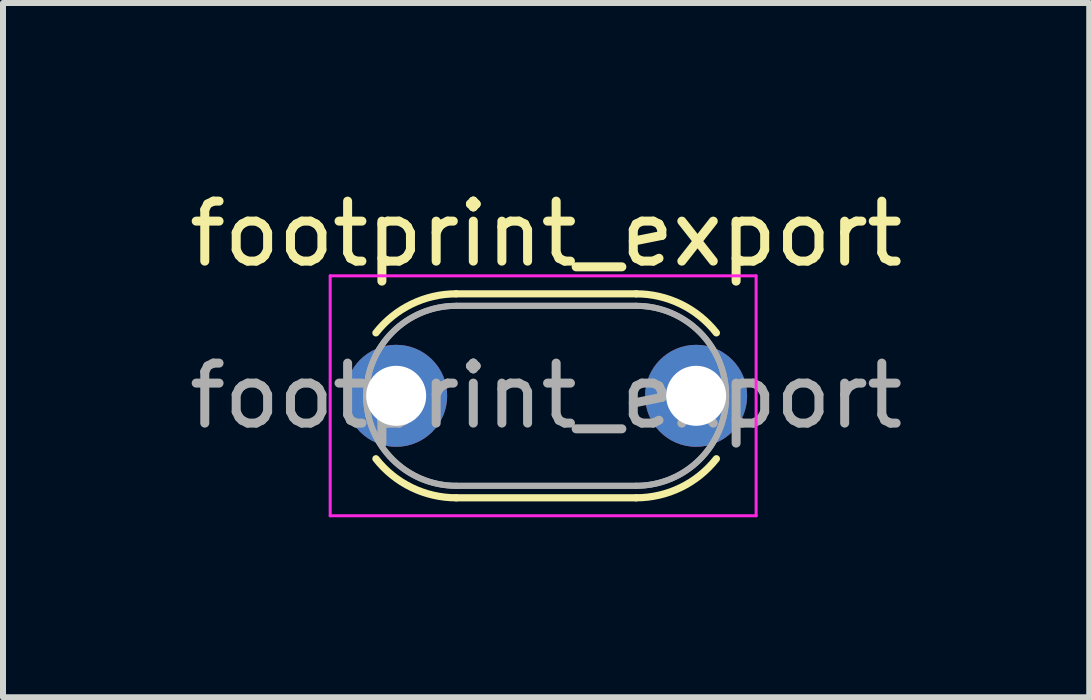
<source format=kicad_pcb>
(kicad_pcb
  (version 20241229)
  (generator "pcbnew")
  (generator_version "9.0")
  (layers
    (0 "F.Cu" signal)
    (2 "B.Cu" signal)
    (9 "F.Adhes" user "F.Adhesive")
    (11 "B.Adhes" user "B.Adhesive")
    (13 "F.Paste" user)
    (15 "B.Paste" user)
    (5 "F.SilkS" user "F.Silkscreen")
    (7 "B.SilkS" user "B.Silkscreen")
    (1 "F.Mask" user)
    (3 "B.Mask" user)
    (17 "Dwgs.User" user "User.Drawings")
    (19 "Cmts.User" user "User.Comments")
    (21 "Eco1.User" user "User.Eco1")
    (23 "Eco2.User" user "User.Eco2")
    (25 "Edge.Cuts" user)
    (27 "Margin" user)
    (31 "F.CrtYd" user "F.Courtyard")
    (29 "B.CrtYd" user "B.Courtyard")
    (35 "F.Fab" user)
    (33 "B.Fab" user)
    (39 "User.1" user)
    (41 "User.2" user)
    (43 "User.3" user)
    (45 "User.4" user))
  (footprint "footprint_export"
    (layer "F.Cu")
    (at 3.554 3.548)
    (property "Reference" "footprint_export" (at 2.5 -2.7 0) (layer "F.SilkS") (effects (font (size 1 1) (thickness 0.15))))
    (attr through_hole)
    (fp_line (start 1 -1.7) (end 4 -1.7) (stroke (width 0.12) (type solid)) (layer "F.SilkS"))
    (fp_line (start 1 1.7) (end 4 1.7) (stroke (width 0.12) (type solid)) (layer "F.SilkS"))
    (fp_arc (start -0.33779 -1.048961) (mid 0.256102 -1.5286) (end 1 -1.7) (stroke (width 0.12) (type solid)) (layer "F.SilkS"))
    (fp_arc (start 1 1.7) (mid 0.256103 1.5286) (end -0.33779 1.048961) (stroke (width 0.12) (type solid)) (layer "F.SilkS"))
    (fp_arc (start 4 -1.7) (mid 4.743897 -1.5286) (end 5.33779 -1.048961) (stroke (width 0.12) (type solid)) (layer "F.SilkS"))
    (fp_arc (start 5.33779 1.048961) (mid 4.743898 1.5286) (end 4 1.7) (stroke (width 0.12) (type solid)) (layer "F.SilkS"))
    (fp_line (start -1.1 -2) (end -1.1 2) (stroke (width 0.05) (type solid)) (layer "F.CrtYd"))
    (fp_line (start -1.1 2) (end 6 2) (stroke (width 0.05) (type solid)) (layer "F.CrtYd"))
    (fp_line (start 6 -2) (end -1.1 -2) (stroke (width 0.05) (type solid)) (layer "F.CrtYd"))
    (fp_line (start 6 2) (end 6 -2) (stroke (width 0.05) (type solid)) (layer "F.CrtYd"))
    (fp_line (start 1 -1.5) (end 4 -1.5) (stroke (width 0.1) (type solid)) (layer "F.Fab"))
    (fp_line (start 1 -1.5) (end 4 -1.5) (stroke (width 0.1) (type solid)) (layer "F.Fab"))
    (fp_line (start 1 1.5) (end 4 1.5) (stroke (width 0.1) (type solid)) (layer "F.Fab"))
    (fp_line (start 1 1.5) (end 4 1.5) (stroke (width 0.1) (type solid)) (layer "F.Fab"))
    (fp_arc (start 1 1.5) (mid -0.5 0) (end 1 -1.5) (stroke (width 0.1) (type solid)) (layer "F.Fab"))
    (fp_arc (start 1 1.5) (mid -0.5 0) (end 1 -1.5) (stroke (width 0.1) (type solid)) (layer "F.Fab"))
    (fp_arc (start 4 -1.5) (mid 5.5 0) (end 4 1.5) (stroke (width 0.1) (type solid)) (layer "F.Fab"))
    (fp_arc (start 4 -1.5) (mid 5.5 0) (end 4 1.5) (stroke (width 0.1) (type solid)) (layer "F.Fab"))
    (fp_text user "${REFERENCE}" (at 2.5 0 0) (layer "F.Fab") (effects (font (size 1 1) (thickness 0.15))))
    (pad "1" thru_hole circle (at 0 0) (size 1.7 1.7) (drill 1) (layers "*.Cu" "*.Mask"))
    (pad "2" thru_hole circle (at 5 0) (size 1.7 1.7) (drill 1) (layers "*.Cu" "*.Mask")))
  (gr_rect
    (start -3 -3)
    (end 15.107 8.573)
    (stroke (width 0.1) (type default))
    (fill no)
    (layer "Edge.Cuts")))
</source>
